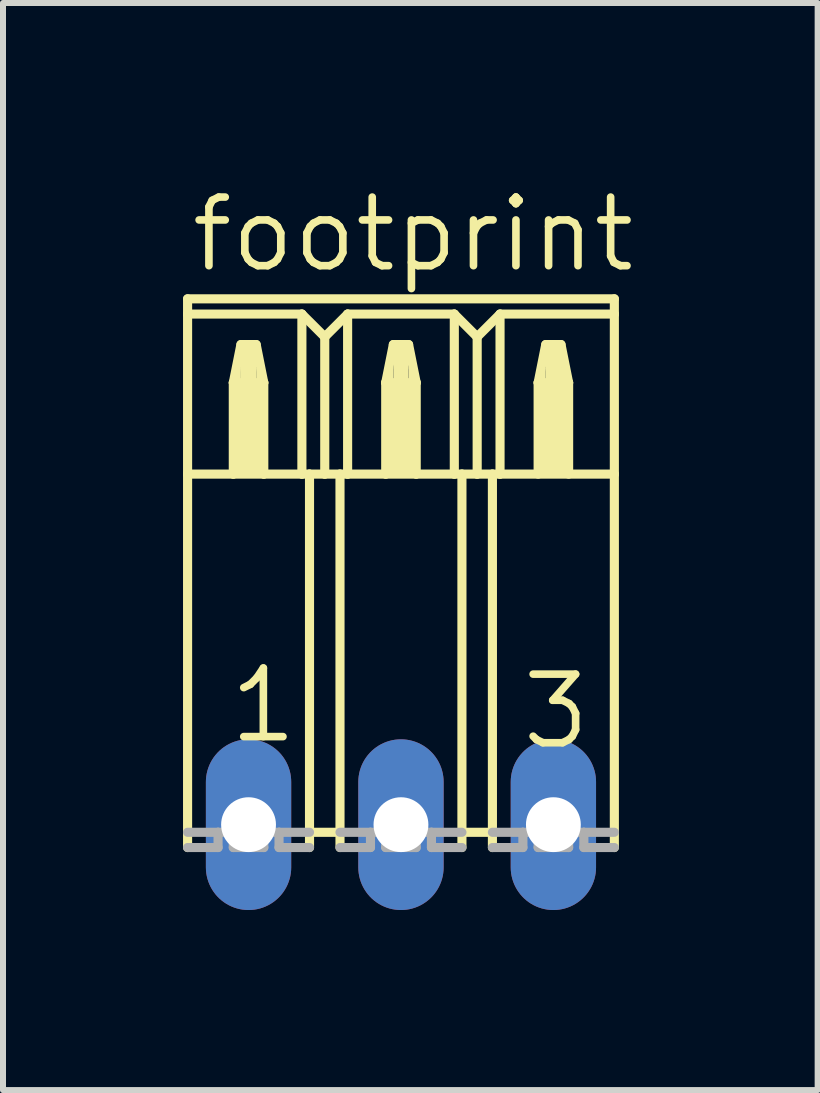
<source format=kicad_pcb>
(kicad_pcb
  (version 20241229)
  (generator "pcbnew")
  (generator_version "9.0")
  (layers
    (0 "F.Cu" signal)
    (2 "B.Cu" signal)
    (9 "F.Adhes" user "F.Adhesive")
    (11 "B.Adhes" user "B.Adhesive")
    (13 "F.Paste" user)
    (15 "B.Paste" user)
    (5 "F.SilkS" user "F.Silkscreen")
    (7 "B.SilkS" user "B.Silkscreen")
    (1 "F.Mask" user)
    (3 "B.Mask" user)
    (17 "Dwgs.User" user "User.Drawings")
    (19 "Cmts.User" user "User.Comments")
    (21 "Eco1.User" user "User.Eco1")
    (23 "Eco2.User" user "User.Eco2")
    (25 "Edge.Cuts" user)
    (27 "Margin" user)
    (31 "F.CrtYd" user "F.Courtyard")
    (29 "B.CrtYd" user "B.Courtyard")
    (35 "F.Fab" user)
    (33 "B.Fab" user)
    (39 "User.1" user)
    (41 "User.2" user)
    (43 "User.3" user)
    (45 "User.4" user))
  (footprint "footprint"
    (layer "F.Cu")
    (at 3.632 10.693)
    (property "Reference" "footprint" (at -3.556 -9.169 0) (layer "F.SilkS") (effects (font (size 1.143 1.143) (thickness 0.127)) (justify left bottom)))
    (fp_line (start -3.556 -8.763) (end -3.556 -8.509) (stroke (width 0.152) (type solid)) (layer "F.SilkS"))
    (fp_line (start -3.556 -8.763) (end 3.556 -8.763) (stroke (width 0.152) (type solid)) (layer "F.SilkS"))
    (fp_line (start -3.556 -8.509) (end -3.556 -5.842) (stroke (width 0.152) (type solid)) (layer "F.SilkS"))
    (fp_line (start -3.556 -8.509) (end -1.651 -8.509) (stroke (width 0.152) (type solid)) (layer "F.SilkS"))
    (fp_line (start -3.556 -5.842) (end -3.556 0.381) (stroke (width 0.152) (type solid)) (layer "F.SilkS"))
    (fp_line (start -3.556 -5.842) (end -2.794 -5.842) (stroke (width 0.152) (type solid)) (layer "F.SilkS"))
    (fp_line (start -2.794 -7.366) (end -2.794 -5.842) (stroke (width 0.152) (type solid)) (layer "F.SilkS"))
    (fp_line (start -2.794 -7.366) (end -2.667 -8.001) (stroke (width 0.152) (type solid)) (layer "F.SilkS"))
    (fp_line (start -2.794 -5.842) (end -2.286 -5.842) (stroke (width 0.152) (type solid)) (layer "F.SilkS"))
    (fp_line (start -2.667 -8.001) (end -2.413 -8.001) (stroke (width 0.152) (type solid)) (layer "F.SilkS"))
    (fp_line (start -2.413 -8.001) (end -2.286 -7.366) (stroke (width 0.152) (type solid)) (layer "F.SilkS"))
    (fp_line (start -2.286 -7.366) (end -2.794 -7.366) (stroke (width 0.152) (type solid)) (layer "F.SilkS"))
    (fp_line (start -2.286 -7.366) (end -2.286 -5.842) (stroke (width 0.152) (type solid)) (layer "F.SilkS"))
    (fp_line (start -2.286 -5.842) (end -1.651 -5.842) (stroke (width 0.152) (type solid)) (layer "F.SilkS"))
    (fp_line (start -1.651 -8.509) (end -1.651 -5.842) (stroke (width 0.152) (type solid)) (layer "F.SilkS"))
    (fp_line (start -1.651 -8.509) (end -1.27 -8.128) (stroke (width 0.152) (type solid)) (layer "F.SilkS"))
    (fp_line (start -1.651 -5.842) (end -1.524 -5.842) (stroke (width 0.152) (type solid)) (layer "F.SilkS"))
    (fp_line (start -1.524 -5.842) (end -1.524 0.127) (stroke (width 0.152) (type solid)) (layer "F.SilkS"))
    (fp_line (start -1.524 -5.842) (end -1.27 -5.842) (stroke (width 0.152) (type solid)) (layer "F.SilkS"))
    (fp_line (start -1.524 0.127) (end -1.524 0.381) (stroke (width 0.152) (type solid)) (layer "F.SilkS"))
    (fp_line (start -1.27 -8.128) (end -1.27 -5.842) (stroke (width 0.152) (type solid)) (layer "F.SilkS"))
    (fp_line (start -1.27 -8.128) (end -0.889 -8.509) (stroke (width 0.152) (type solid)) (layer "F.SilkS"))
    (fp_line (start -1.27 -5.842) (end -1.016 -5.842) (stroke (width 0.152) (type solid)) (layer "F.SilkS"))
    (fp_line (start -1.016 -5.842) (end -1.016 0.127) (stroke (width 0.152) (type solid)) (layer "F.SilkS"))
    (fp_line (start -1.016 -5.842) (end -0.889 -5.842) (stroke (width 0.152) (type solid)) (layer "F.SilkS"))
    (fp_line (start -1.016 0.127) (end -1.524 0.127) (stroke (width 0.152) (type solid)) (layer "F.SilkS"))
    (fp_line (start -1.016 0.127) (end -1.016 0.381) (stroke (width 0.152) (type solid)) (layer "F.SilkS"))
    (fp_line (start -0.889 -8.509) (end -0.889 -5.842) (stroke (width 0.152) (type solid)) (layer "F.SilkS"))
    (fp_line (start -0.889 -8.509) (end 0.889 -8.509) (stroke (width 0.152) (type solid)) (layer "F.SilkS"))
    (fp_line (start -0.889 -5.842) (end -0.254 -5.842) (stroke (width 0.152) (type solid)) (layer "F.SilkS"))
    (fp_line (start -0.254 -7.366) (end -0.254 -5.842) (stroke (width 0.152) (type solid)) (layer "F.SilkS"))
    (fp_line (start -0.254 -7.366) (end -0.127 -8.001) (stroke (width 0.152) (type solid)) (layer "F.SilkS"))
    (fp_line (start -0.254 -5.842) (end 0.254 -5.842) (stroke (width 0.152) (type solid)) (layer "F.SilkS"))
    (fp_line (start -0.127 -8.001) (end 0.127 -8.001) (stroke (width 0.152) (type solid)) (layer "F.SilkS"))
    (fp_line (start 0.127 -8.001) (end 0.254 -7.366) (stroke (width 0.152) (type solid)) (layer "F.SilkS"))
    (fp_line (start 0.254 -7.366) (end -0.254 -7.366) (stroke (width 0.152) (type solid)) (layer "F.SilkS"))
    (fp_line (start 0.254 -7.366) (end 0.254 -5.842) (stroke (width 0.152) (type solid)) (layer "F.SilkS"))
    (fp_line (start 0.254 -5.842) (end 0.889 -5.842) (stroke (width 0.152) (type solid)) (layer "F.SilkS"))
    (fp_line (start 0.889 -8.509) (end 0.889 -5.842) (stroke (width 0.152) (type solid)) (layer "F.SilkS"))
    (fp_line (start 0.889 -8.509) (end 1.27 -8.128) (stroke (width 0.152) (type solid)) (layer "F.SilkS"))
    (fp_line (start 0.889 -5.842) (end 1.016 -5.842) (stroke (width 0.152) (type solid)) (layer "F.SilkS"))
    (fp_line (start 1.016 -5.842) (end 1.016 0.127) (stroke (width 0.152) (type solid)) (layer "F.SilkS"))
    (fp_line (start 1.016 -5.842) (end 1.27 -5.842) (stroke (width 0.152) (type solid)) (layer "F.SilkS"))
    (fp_line (start 1.016 0.127) (end 1.016 0.381) (stroke (width 0.152) (type solid)) (layer "F.SilkS"))
    (fp_line (start 1.27 -8.128) (end 1.27 -5.842) (stroke (width 0.152) (type solid)) (layer "F.SilkS"))
    (fp_line (start 1.27 -8.128) (end 1.651 -8.509) (stroke (width 0.152) (type solid)) (layer "F.SilkS"))
    (fp_line (start 1.27 -5.842) (end 1.524 -5.842) (stroke (width 0.152) (type solid)) (layer "F.SilkS"))
    (fp_line (start 1.524 -5.842) (end 1.524 0.127) (stroke (width 0.152) (type solid)) (layer "F.SilkS"))
    (fp_line (start 1.524 -5.842) (end 1.651 -5.842) (stroke (width 0.152) (type solid)) (layer "F.SilkS"))
    (fp_line (start 1.524 0.127) (end 1.016 0.127) (stroke (width 0.152) (type solid)) (layer "F.SilkS"))
    (fp_line (start 1.524 0.127) (end 1.524 0.381) (stroke (width 0.152) (type solid)) (layer "F.SilkS"))
    (fp_line (start 1.651 -8.509) (end 1.651 -5.842) (stroke (width 0.152) (type solid)) (layer "F.SilkS"))
    (fp_line (start 1.651 -8.509) (end 3.556 -8.509) (stroke (width 0.152) (type solid)) (layer "F.SilkS"))
    (fp_line (start 1.651 -5.842) (end 3.556 -5.842) (stroke (width 0.152) (type solid)) (layer "F.SilkS"))
    (fp_line (start 2.286 -7.366) (end 2.286 -5.842) (stroke (width 0.152) (type solid)) (layer "F.SilkS"))
    (fp_line (start 2.286 -7.366) (end 2.413 -8.001) (stroke (width 0.152) (type solid)) (layer "F.SilkS"))
    (fp_line (start 2.413 -8.001) (end 2.667 -8.001) (stroke (width 0.152) (type solid)) (layer "F.SilkS"))
    (fp_line (start 2.667 -8.001) (end 2.794 -7.366) (stroke (width 0.152) (type solid)) (layer "F.SilkS"))
    (fp_line (start 2.794 -7.366) (end 2.286 -7.366) (stroke (width 0.152) (type solid)) (layer "F.SilkS"))
    (fp_line (start 2.794 -7.366) (end 2.794 -5.842) (stroke (width 0.152) (type solid)) (layer "F.SilkS"))
    (fp_line (start 3.556 -8.509) (end 3.556 -8.763) (stroke (width 0.152) (type solid)) (layer "F.SilkS"))
    (fp_line (start 3.556 -8.509) (end 3.556 -5.842) (stroke (width 0.152) (type solid)) (layer "F.SilkS"))
    (fp_line (start 3.556 -5.842) (end 3.556 0.381) (stroke (width 0.152) (type solid)) (layer "F.SilkS"))
    (fp_poly (pts (xy -2.794 -7.366) (xy -2.667 -7.366) (xy -2.667 -7.62) (xy -2.794 -7.62)) (stroke (width 0) (type solid)) (fill yes) (layer "F.SilkS"))
    (fp_poly (pts (xy -2.794 -5.842) (xy -2.286 -5.842) (xy -2.286 -7.366) (xy -2.794 -7.366)) (stroke (width 0) (type solid)) (fill yes) (layer "F.SilkS"))
    (fp_poly (pts (xy -2.667 -7.366) (xy -2.413 -7.366) (xy -2.413 -8.001) (xy -2.667 -8.001)) (stroke (width 0) (type solid)) (fill yes) (layer "F.SilkS"))
    (fp_poly (pts (xy -2.413 -7.366) (xy -2.286 -7.366) (xy -2.286 -7.62) (xy -2.413 -7.62)) (stroke (width 0) (type solid)) (fill yes) (layer "F.SilkS"))
    (fp_poly (pts (xy -0.254 -7.366) (xy -0.127 -7.366) (xy -0.127 -7.62) (xy -0.254 -7.62)) (stroke (width 0) (type solid)) (fill yes) (layer "F.SilkS"))
    (fp_poly (pts (xy -0.254 -5.842) (xy 0.254 -5.842) (xy 0.254 -7.366) (xy -0.254 -7.366)) (stroke (width 0) (type solid)) (fill yes) (layer "F.SilkS"))
    (fp_poly (pts (xy -0.127 -7.366) (xy 0.127 -7.366) (xy 0.127 -8.001) (xy -0.127 -8.001)) (stroke (width 0) (type solid)) (fill yes) (layer "F.SilkS"))
    (fp_poly (pts (xy 0.127 -7.366) (xy 0.254 -7.366) (xy 0.254 -7.62) (xy 0.127 -7.62)) (stroke (width 0) (type solid)) (fill yes) (layer "F.SilkS"))
    (fp_poly (pts (xy 2.286 -7.366) (xy 2.413 -7.366) (xy 2.413 -7.62) (xy 2.286 -7.62)) (stroke (width 0) (type solid)) (fill yes) (layer "F.SilkS"))
    (fp_poly (pts (xy 2.286 -5.842) (xy 2.794 -5.842) (xy 2.794 -7.366) (xy 2.286 -7.366)) (stroke (width 0) (type solid)) (fill yes) (layer "F.SilkS"))
    (fp_poly (pts (xy 2.413 -7.366) (xy 2.667 -7.366) (xy 2.667 -8.001) (xy 2.413 -8.001)) (stroke (width 0) (type solid)) (fill yes) (layer "F.SilkS"))
    (fp_poly (pts (xy 2.667 -7.366) (xy 2.794 -7.366) (xy 2.794 -7.62) (xy 2.667 -7.62)) (stroke (width 0) (type solid)) (fill yes) (layer "F.SilkS"))
    (fp_line (start -3.556 0.127) (end -3.048 0.127) (stroke (width 0.152) (type solid)) (layer "F.Fab"))
    (fp_line (start -3.048 0.381) (end -3.556 0.381) (stroke (width 0.152) (type solid)) (layer "F.Fab"))
    (fp_line (start -3.048 0.381) (end -3.048 0.127) (stroke (width 0.152) (type solid)) (layer "F.Fab"))
    (fp_line (start -2.794 0.127) (end -3.048 0.127) (stroke (width 0.152) (type solid)) (layer "F.Fab"))
    (fp_line (start -2.794 0.381) (end -2.794 0.127) (stroke (width 0.152) (type solid)) (layer "F.Fab"))
    (fp_line (start -2.286 0.381) (end -2.794 0.381) (stroke (width 0.152) (type solid)) (layer "F.Fab"))
    (fp_line (start -2.286 0.381) (end -2.286 0.127) (stroke (width 0.152) (type solid)) (layer "F.Fab"))
    (fp_line (start -2.032 0.127) (end -2.286 0.127) (stroke (width 0.152) (type solid)) (layer "F.Fab"))
    (fp_line (start -2.032 0.381) (end -2.032 0.127) (stroke (width 0.152) (type solid)) (layer "F.Fab"))
    (fp_line (start -1.524 0.127) (end -2.032 0.127) (stroke (width 0.152) (type solid)) (layer "F.Fab"))
    (fp_line (start -1.524 0.381) (end -2.032 0.381) (stroke (width 0.152) (type solid)) (layer "F.Fab"))
    (fp_line (start -1.016 0.127) (end -0.508 0.127) (stroke (width 0.152) (type solid)) (layer "F.Fab"))
    (fp_line (start -0.508 0.381) (end -1.016 0.381) (stroke (width 0.152) (type solid)) (layer "F.Fab"))
    (fp_line (start -0.508 0.381) (end -0.508 0.127) (stroke (width 0.152) (type solid)) (layer "F.Fab"))
    (fp_line (start -0.254 0.127) (end -0.508 0.127) (stroke (width 0.152) (type solid)) (layer "F.Fab"))
    (fp_line (start -0.254 0.381) (end -0.254 0.127) (stroke (width 0.152) (type solid)) (layer "F.Fab"))
    (fp_line (start 0.254 0.381) (end -0.254 0.381) (stroke (width 0.152) (type solid)) (layer "F.Fab"))
    (fp_line (start 0.254 0.381) (end 0.254 0.127) (stroke (width 0.152) (type solid)) (layer "F.Fab"))
    (fp_line (start 0.508 0.127) (end 0.254 0.127) (stroke (width 0.152) (type solid)) (layer "F.Fab"))
    (fp_line (start 0.508 0.381) (end 0.508 0.127) (stroke (width 0.152) (type solid)) (layer "F.Fab"))
    (fp_line (start 1.016 0.127) (end 0.508 0.127) (stroke (width 0.152) (type solid)) (layer "F.Fab"))
    (fp_line (start 1.016 0.381) (end 0.508 0.381) (stroke (width 0.152) (type solid)) (layer "F.Fab"))
    (fp_line (start 1.524 0.127) (end 2.032 0.127) (stroke (width 0.152) (type solid)) (layer "F.Fab"))
    (fp_line (start 2.032 0.381) (end 1.524 0.381) (stroke (width 0.152) (type solid)) (layer "F.Fab"))
    (fp_line (start 2.032 0.381) (end 2.032 0.127) (stroke (width 0.152) (type solid)) (layer "F.Fab"))
    (fp_line (start 2.286 0.127) (end 2.032 0.127) (stroke (width 0.152) (type solid)) (layer "F.Fab"))
    (fp_line (start 2.286 0.381) (end 2.286 0.127) (stroke (width 0.152) (type solid)) (layer "F.Fab"))
    (fp_line (start 2.794 0.381) (end 2.286 0.381) (stroke (width 0.152) (type solid)) (layer "F.Fab"))
    (fp_line (start 2.794 0.381) (end 2.794 0.127) (stroke (width 0.152) (type solid)) (layer "F.Fab"))
    (fp_line (start 3.048 0.127) (end 2.794 0.127) (stroke (width 0.152) (type solid)) (layer "F.Fab"))
    (fp_line (start 3.048 0.381) (end 3.048 0.127) (stroke (width 0.152) (type solid)) (layer "F.Fab"))
    (fp_line (start 3.556 0.127) (end 3.048 0.127) (stroke (width 0.152) (type solid)) (layer "F.Fab"))
    (fp_line (start 3.556 0.381) (end 3.048 0.381) (stroke (width 0.152) (type solid)) (layer "F.Fab"))
    (fp_text user "1" (at -2.921 -1.321 0) (layer "F.SilkS") (effects (font (size 1.143 1.143) (thickness 0.127)) (justify left bottom)))
    (fp_text user "3" (at 1.956 -1.219 0) (layer "F.SilkS") (effects (font (size 1.143 1.143) (thickness 0.127)) (justify left bottom)))
    (pad "1" thru_hole oval (at -2.54 0 90) (size 2.845 1.422) (drill 0.914) (layers "*.Cu" "*.Mask"))
    (pad "2" thru_hole oval (at 0 0 90) (size 2.845 1.422) (drill 0.914) (layers "*.Cu" "*.Mask"))
    (pad "3" thru_hole oval (at 2.54 0 90) (size 2.845 1.422) (drill 0.914) (layers "*.Cu" "*.Mask")))
  (gr_rect
    (start -3 -3)
    (end 10.576 15.116)
    (stroke (width 0.1) (type default))
    (fill no)
    (layer "Edge.Cuts")))
</source>
